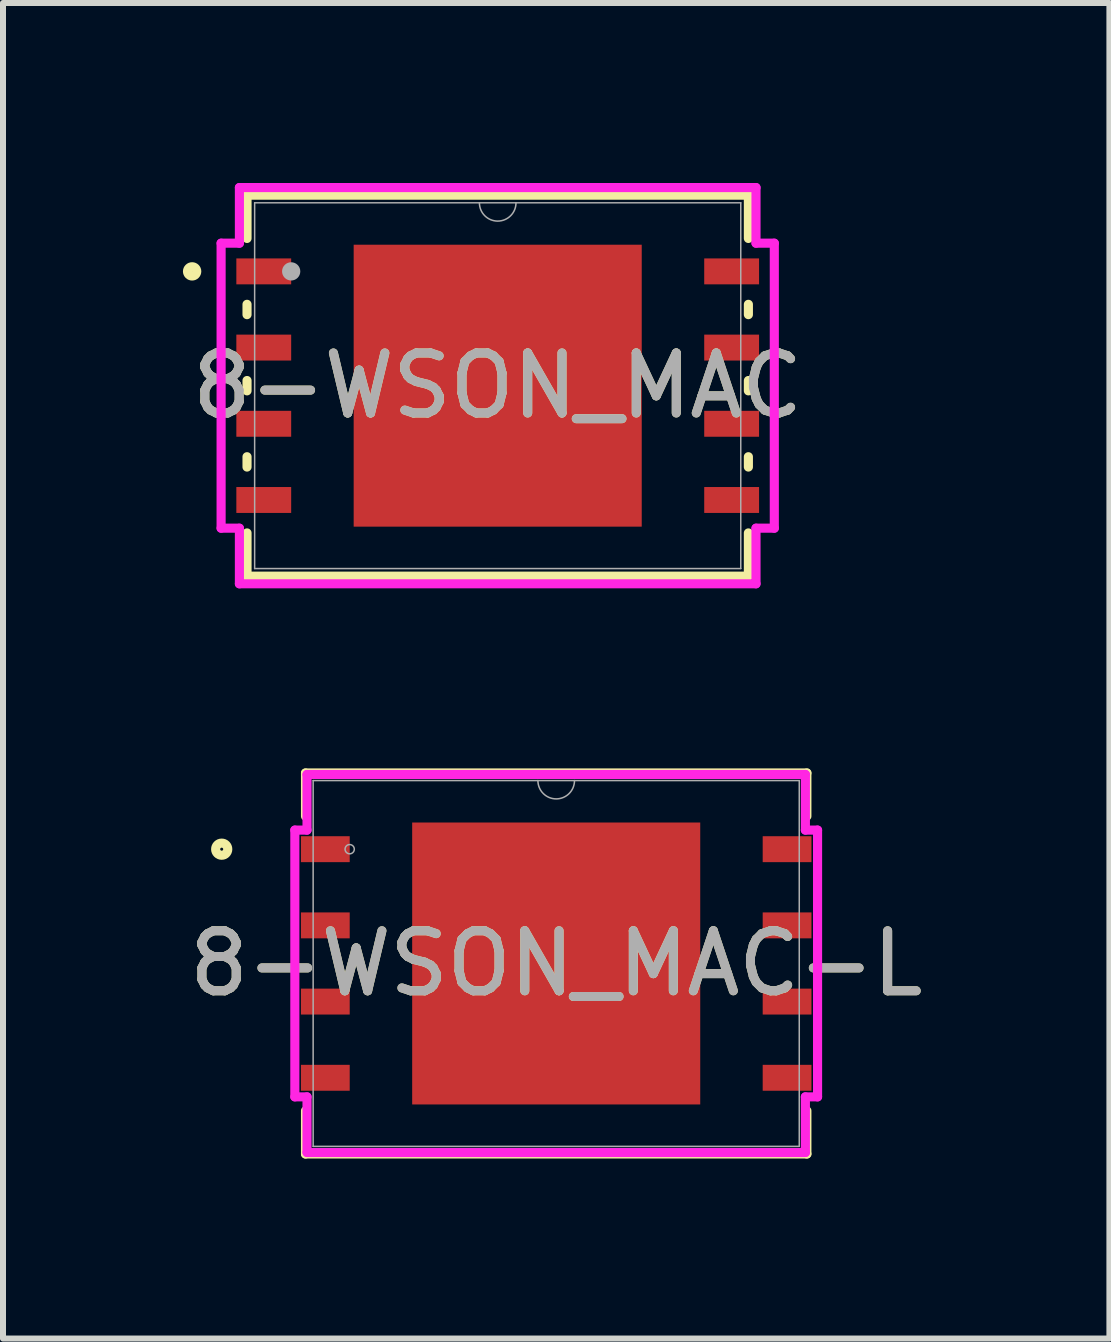
<source format=kicad_pcb>
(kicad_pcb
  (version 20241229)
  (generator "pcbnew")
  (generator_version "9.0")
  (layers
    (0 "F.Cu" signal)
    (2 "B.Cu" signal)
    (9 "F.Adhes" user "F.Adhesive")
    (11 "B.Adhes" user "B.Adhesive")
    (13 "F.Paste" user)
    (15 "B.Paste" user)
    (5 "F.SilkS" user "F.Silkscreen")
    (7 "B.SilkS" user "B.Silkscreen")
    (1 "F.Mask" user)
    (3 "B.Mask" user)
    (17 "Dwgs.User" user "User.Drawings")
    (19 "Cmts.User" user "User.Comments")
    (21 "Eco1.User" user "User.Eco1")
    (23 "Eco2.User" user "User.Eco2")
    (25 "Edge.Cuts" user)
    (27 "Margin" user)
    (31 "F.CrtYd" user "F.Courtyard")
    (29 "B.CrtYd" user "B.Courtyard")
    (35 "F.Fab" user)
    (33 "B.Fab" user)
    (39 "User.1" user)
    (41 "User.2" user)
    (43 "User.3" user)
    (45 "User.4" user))
  (footprint "8-WSON_MAC-L"
    (layer "F.Cu")
    (at 6.22 13.008)
    (property "Reference" "8-WSON_MAC-L" (at 0 0 0) (unlocked yes) (layer "F.SilkS") (effects (font (size 1 1) (thickness 0.15))))
    (attr smd)
    (fp_line (start -4.178 -3.175) (end -4.178 -2.454) (stroke (width 0.152) (type solid)) (layer "F.SilkS"))
    (fp_line (start -4.178 2.454) (end -4.178 3.175) (stroke (width 0.152) (type solid)) (layer "F.SilkS"))
    (fp_line (start -4.178 3.175) (end 4.178 3.175) (stroke (width 0.152) (type solid)) (layer "F.SilkS"))
    (fp_line (start 4.178 -3.175) (end -4.178 -3.175) (stroke (width 0.152) (type solid)) (layer "F.SilkS"))
    (fp_line (start 4.178 -2.454) (end 4.178 -3.175) (stroke (width 0.152) (type solid)) (layer "F.SilkS"))
    (fp_line (start 4.178 3.175) (end 4.178 2.454) (stroke (width 0.152) (type solid)) (layer "F.SilkS"))
    (fp_circle (center -5.575 -1.905) (end -5.474 -1.905) (stroke (width 0.152) (type solid)) (fill no) (layer "F.SilkS"))
    (fp_poly (pts (xy -2.3 -2.249) (xy -2.3 -0.883) (xy -0.9 -0.883) (xy -0.9 -2.249)) (stroke (width 0) (type solid)) (fill yes) (layer "F.Paste"))
    (fp_poly (pts (xy -2.3 -0.683) (xy -2.3 0.683) (xy -0.9 0.683) (xy -0.9 -0.683)) (stroke (width 0) (type solid)) (fill yes) (layer "F.Paste"))
    (fp_poly (pts (xy -2.3 0.883) (xy -2.3 2.249) (xy -0.9 2.249) (xy -0.9 0.883)) (stroke (width 0) (type solid)) (fill yes) (layer "F.Paste"))
    (fp_poly (pts (xy -0.7 -2.249) (xy -0.7 -0.883) (xy 0.7 -0.883) (xy 0.7 -2.249)) (stroke (width 0) (type solid)) (fill yes) (layer "F.Paste"))
    (fp_poly (pts (xy -0.7 -0.683) (xy -0.7 0.683) (xy 0.7 0.683) (xy 0.7 -0.683)) (stroke (width 0) (type solid)) (fill yes) (layer "F.Paste"))
    (fp_poly (pts (xy -0.7 0.883) (xy -0.7 2.249) (xy 0.7 2.249) (xy 0.7 0.883)) (stroke (width 0) (type solid)) (fill yes) (layer "F.Paste"))
    (fp_poly (pts (xy 0.9 -2.249) (xy 0.9 -0.883) (xy 2.3 -0.883) (xy 2.3 -2.249)) (stroke (width 0) (type solid)) (fill yes) (layer "F.Paste"))
    (fp_poly (pts (xy 0.9 -0.683) (xy 0.9 0.683) (xy 2.3 0.683) (xy 2.3 -0.683)) (stroke (width 0) (type solid)) (fill yes) (layer "F.Paste"))
    (fp_poly (pts (xy 0.9 0.883) (xy 0.9 2.249) (xy 2.3 2.249) (xy 2.3 0.883)) (stroke (width 0) (type solid)) (fill yes) (layer "F.Paste"))
    (fp_line (start -4.356 -2.223) (end -4.153 -2.223) (stroke (width 0.152) (type solid)) (layer "F.CrtYd"))
    (fp_line (start -4.356 2.223) (end -4.356 -2.223) (stroke (width 0.152) (type solid)) (layer "F.CrtYd"))
    (fp_line (start -4.356 2.223) (end -4.153 2.223) (stroke (width 0.152) (type solid)) (layer "F.CrtYd"))
    (fp_line (start -4.153 -3.15) (end 4.153 -3.15) (stroke (width 0.152) (type solid)) (layer "F.CrtYd"))
    (fp_line (start -4.153 -2.223) (end -4.153 -3.15) (stroke (width 0.152) (type solid)) (layer "F.CrtYd"))
    (fp_line (start -4.153 3.15) (end -4.153 2.223) (stroke (width 0.152) (type solid)) (layer "F.CrtYd"))
    (fp_line (start 4.153 -3.15) (end 4.153 -2.223) (stroke (width 0.152) (type solid)) (layer "F.CrtYd"))
    (fp_line (start 4.153 2.223) (end 4.153 3.15) (stroke (width 0.152) (type solid)) (layer "F.CrtYd"))
    (fp_line (start 4.153 3.15) (end -4.153 3.15) (stroke (width 0.152) (type solid)) (layer "F.CrtYd"))
    (fp_line (start 4.356 -2.223) (end 4.153 -2.223) (stroke (width 0.152) (type solid)) (layer "F.CrtYd"))
    (fp_line (start 4.356 -2.223) (end 4.356 2.223) (stroke (width 0.152) (type solid)) (layer "F.CrtYd"))
    (fp_line (start 4.356 2.223) (end 4.153 2.223) (stroke (width 0.152) (type solid)) (layer "F.CrtYd"))
    (fp_line (start -4.051 -3.048) (end -4.051 3.048) (stroke (width 0.025) (type solid)) (layer "F.Fab"))
    (fp_line (start -4.051 3.048) (end 4.051 3.048) (stroke (width 0.025) (type solid)) (layer "F.Fab"))
    (fp_line (start 4.051 -3.048) (end -4.051 -3.048) (stroke (width 0.025) (type solid)) (layer "F.Fab"))
    (fp_line (start 4.051 3.048) (end 4.051 -3.048) (stroke (width 0.025) (type solid)) (layer "F.Fab"))
    (fp_arc (start 0.3048 -3.048) (mid 0 -2.7432) (end -0.3048 -3.048) (stroke (width 0.0254) (type solid)) (layer "F.Fab"))
    (fp_circle (center -3.442 -1.905) (end -3.365 -1.905) (stroke (width 0.025) (type solid)) (fill no) (layer "F.Fab"))
    (fp_text user "${REFERENCE}" (at 0 0 0) (unlocked yes) (layer "F.Fab") (effects (font (size 1 1) (thickness 0.15))))
    (pad "1" smd rect (at -3.848 -1.905) (size 0.813 0.432) (layers "F.Cu" "F.Mask" "F.Paste"))
    (pad "2" smd rect (at -3.848 -0.635) (size 0.813 0.432) (layers "F.Cu" "F.Mask" "F.Paste"))
    (pad "3" smd rect (at -3.848 0.635) (size 0.813 0.432) (layers "F.Cu" "F.Mask" "F.Paste"))
    (pad "4" smd rect (at -3.848 1.905) (size 0.813 0.432) (layers "F.Cu" "F.Mask" "F.Paste"))
    (pad "5" smd rect (at 3.848 1.905) (size 0.813 0.432) (layers "F.Cu" "F.Mask" "F.Paste"))
    (pad "6" smd rect (at 3.848 0.635) (size 0.813 0.432) (layers "F.Cu" "F.Mask" "F.Paste"))
    (pad "7" smd rect (at 3.848 -0.635) (size 0.813 0.432) (layers "F.Cu" "F.Mask" "F.Paste"))
    (pad "8" smd rect (at 3.848 -1.905) (size 0.813 0.432) (layers "F.Cu" "F.Mask" "F.Paste"))
    (pad "9" smd rect (at 0 0) (size 4.801 4.699) (layers "F.Cu" "F.Mask" "F.Paste")))
  (footprint "8-WSON_MAC"
    (layer "F.Cu")
    (at 5.245 3.378)
    (property "Reference" "8-WSON_MAC" (at 0 0 0) (unlocked yes) (layer "F.SilkS") (effects (font (size 1 1) (thickness 0.15))))
    (attr smd)
    (fp_line (start -4.178 -3.175) (end -4.178 -2.454) (stroke (width 0.152) (type solid)) (layer "F.SilkS"))
    (fp_line (start -4.178 -1.356) (end -4.178 -1.184) (stroke (width 0.152) (type solid)) (layer "F.SilkS"))
    (fp_line (start -4.178 -0.086) (end -4.178 0.086) (stroke (width 0.152) (type solid)) (layer "F.SilkS"))
    (fp_line (start -4.178 1.184) (end -4.178 1.356) (stroke (width 0.152) (type solid)) (layer "F.SilkS"))
    (fp_line (start -4.178 2.454) (end -4.178 3.175) (stroke (width 0.152) (type solid)) (layer "F.SilkS"))
    (fp_line (start -4.178 3.175) (end 4.178 3.175) (stroke (width 0.152) (type solid)) (layer "F.SilkS"))
    (fp_line (start 4.178 -3.175) (end -4.178 -3.175) (stroke (width 0.152) (type solid)) (layer "F.SilkS"))
    (fp_line (start 4.178 -2.454) (end 4.178 -3.175) (stroke (width 0.152) (type solid)) (layer "F.SilkS"))
    (fp_line (start 4.178 -1.184) (end 4.178 -1.356) (stroke (width 0.152) (type solid)) (layer "F.SilkS"))
    (fp_line (start 4.178 0.086) (end 4.178 -0.086) (stroke (width 0.152) (type solid)) (layer "F.SilkS"))
    (fp_line (start 4.178 1.356) (end 4.178 1.184) (stroke (width 0.152) (type solid)) (layer "F.SilkS"))
    (fp_line (start 4.178 3.175) (end 4.178 2.454) (stroke (width 0.152) (type solid)) (layer "F.SilkS"))
    (fp_circle (center -5.093 -1.905) (end -5.016 -1.905) (stroke (width 0.152) (type solid)) (fill no) (layer "F.SilkS"))
    (fp_poly (pts (xy -2.3 -2.249) (xy -2.3 -0.883) (xy -0.9 -0.883) (xy -0.9 -2.249)) (stroke (width 0) (type solid)) (fill yes) (layer "F.Paste"))
    (fp_poly (pts (xy -2.3 -0.683) (xy -2.3 0.683) (xy -0.9 0.683) (xy -0.9 -0.683)) (stroke (width 0) (type solid)) (fill yes) (layer "F.Paste"))
    (fp_poly (pts (xy -2.3 0.883) (xy -2.3 2.249) (xy -0.9 2.249) (xy -0.9 0.883)) (stroke (width 0) (type solid)) (fill yes) (layer "F.Paste"))
    (fp_poly (pts (xy -0.7 -2.249) (xy -0.7 -0.883) (xy 0.7 -0.883) (xy 0.7 -2.249)) (stroke (width 0) (type solid)) (fill yes) (layer "F.Paste"))
    (fp_poly (pts (xy -0.7 -0.683) (xy -0.7 0.683) (xy 0.7 0.683) (xy 0.7 -0.683)) (stroke (width 0) (type solid)) (fill yes) (layer "F.Paste"))
    (fp_poly (pts (xy -0.7 0.883) (xy -0.7 2.249) (xy 0.7 2.249) (xy 0.7 0.883)) (stroke (width 0) (type solid)) (fill yes) (layer "F.Paste"))
    (fp_poly (pts (xy 0.9 -2.249) (xy 0.9 -0.883) (xy 2.3 -0.883) (xy 2.3 -2.249)) (stroke (width 0) (type solid)) (fill yes) (layer "F.Paste"))
    (fp_poly (pts (xy 0.9 -0.683) (xy 0.9 0.683) (xy 2.3 0.683) (xy 2.3 -0.683)) (stroke (width 0) (type solid)) (fill yes) (layer "F.Paste"))
    (fp_poly (pts (xy 0.9 0.883) (xy 0.9 2.249) (xy 2.3 2.249) (xy 2.3 0.883)) (stroke (width 0) (type solid)) (fill yes) (layer "F.Paste"))
    (fp_line (start -4.61 -2.375) (end -4.305 -2.375) (stroke (width 0.152) (type solid)) (layer "F.CrtYd"))
    (fp_line (start -4.61 2.375) (end -4.61 -2.375) (stroke (width 0.152) (type solid)) (layer "F.CrtYd"))
    (fp_line (start -4.61 2.375) (end -4.305 2.375) (stroke (width 0.152) (type solid)) (layer "F.CrtYd"))
    (fp_line (start -4.305 -3.302) (end 4.305 -3.302) (stroke (width 0.152) (type solid)) (layer "F.CrtYd"))
    (fp_line (start -4.305 -2.375) (end -4.305 -3.302) (stroke (width 0.152) (type solid)) (layer "F.CrtYd"))
    (fp_line (start -4.305 3.302) (end -4.305 2.375) (stroke (width 0.152) (type solid)) (layer "F.CrtYd"))
    (fp_line (start 4.305 -3.302) (end 4.305 -2.375) (stroke (width 0.152) (type solid)) (layer "F.CrtYd"))
    (fp_line (start 4.305 2.375) (end 4.305 3.302) (stroke (width 0.152) (type solid)) (layer "F.CrtYd"))
    (fp_line (start 4.305 3.302) (end -4.305 3.302) (stroke (width 0.152) (type solid)) (layer "F.CrtYd"))
    (fp_line (start 4.61 -2.375) (end 4.305 -2.375) (stroke (width 0.152) (type solid)) (layer "F.CrtYd"))
    (fp_line (start 4.61 -2.375) (end 4.61 2.375) (stroke (width 0.152) (type solid)) (layer "F.CrtYd"))
    (fp_line (start 4.61 2.375) (end 4.305 2.375) (stroke (width 0.152) (type solid)) (layer "F.CrtYd"))
    (fp_line (start -4.051 -3.048) (end -4.051 3.048) (stroke (width 0.025) (type solid)) (layer "F.Fab"))
    (fp_line (start -4.051 3.048) (end 4.051 3.048) (stroke (width 0.025) (type solid)) (layer "F.Fab"))
    (fp_line (start 4.051 -3.048) (end -4.051 -3.048) (stroke (width 0.025) (type solid)) (layer "F.Fab"))
    (fp_line (start 4.051 3.048) (end 4.051 -3.048) (stroke (width 0.025) (type solid)) (layer "F.Fab"))
    (fp_arc (start 0.3048 -3.048) (mid 0 -2.7432) (end -0.3048 -3.048) (stroke (width 0.0254) (type solid)) (layer "F.Fab"))
    (fp_circle (center -3.442 -1.905) (end -3.442 -1.905) (stroke (width 0.152) (type solid)) (fill no) (layer "F.Fab"))
    (fp_text user "${REFERENCE}" (at 0 0 0) (unlocked yes) (layer "F.Fab") (effects (font (size 1 1) (thickness 0.15))))
    (pad "1" smd rect (at -3.899 -1.905) (size 0.914 0.432) (layers "F.Cu" "F.Mask" "F.Paste"))
    (pad "2" smd rect (at -3.899 -0.635) (size 0.914 0.432) (layers "F.Cu" "F.Mask" "F.Paste"))
    (pad "3" smd rect (at -3.899 0.635) (size 0.914 0.432) (layers "F.Cu" "F.Mask" "F.Paste"))
    (pad "4" smd rect (at -3.899 1.905) (size 0.914 0.432) (layers "F.Cu" "F.Mask" "F.Paste"))
    (pad "5" smd rect (at 3.899 1.905) (size 0.914 0.432) (layers "F.Cu" "F.Mask" "F.Paste"))
    (pad "6" smd rect (at 3.899 0.635) (size 0.914 0.432) (layers "F.Cu" "F.Mask" "F.Paste"))
    (pad "7" smd rect (at 3.899 -0.635) (size 0.914 0.432) (layers "F.Cu" "F.Mask" "F.Paste"))
    (pad "8" smd rect (at 3.899 -1.905) (size 0.914 0.432) (layers "F.Cu" "F.Mask" "F.Paste"))
    (pad "9" smd rect (at 0 0) (size 4.801 4.699) (layers "F.Cu" "F.Mask" "F.Paste")))
  (gr_rect
    (start -3 -3)
    (end 15.44 19.259)
    (stroke (width 0.1) (type default))
    (fill no)
    (layer "Edge.Cuts")))
</source>
